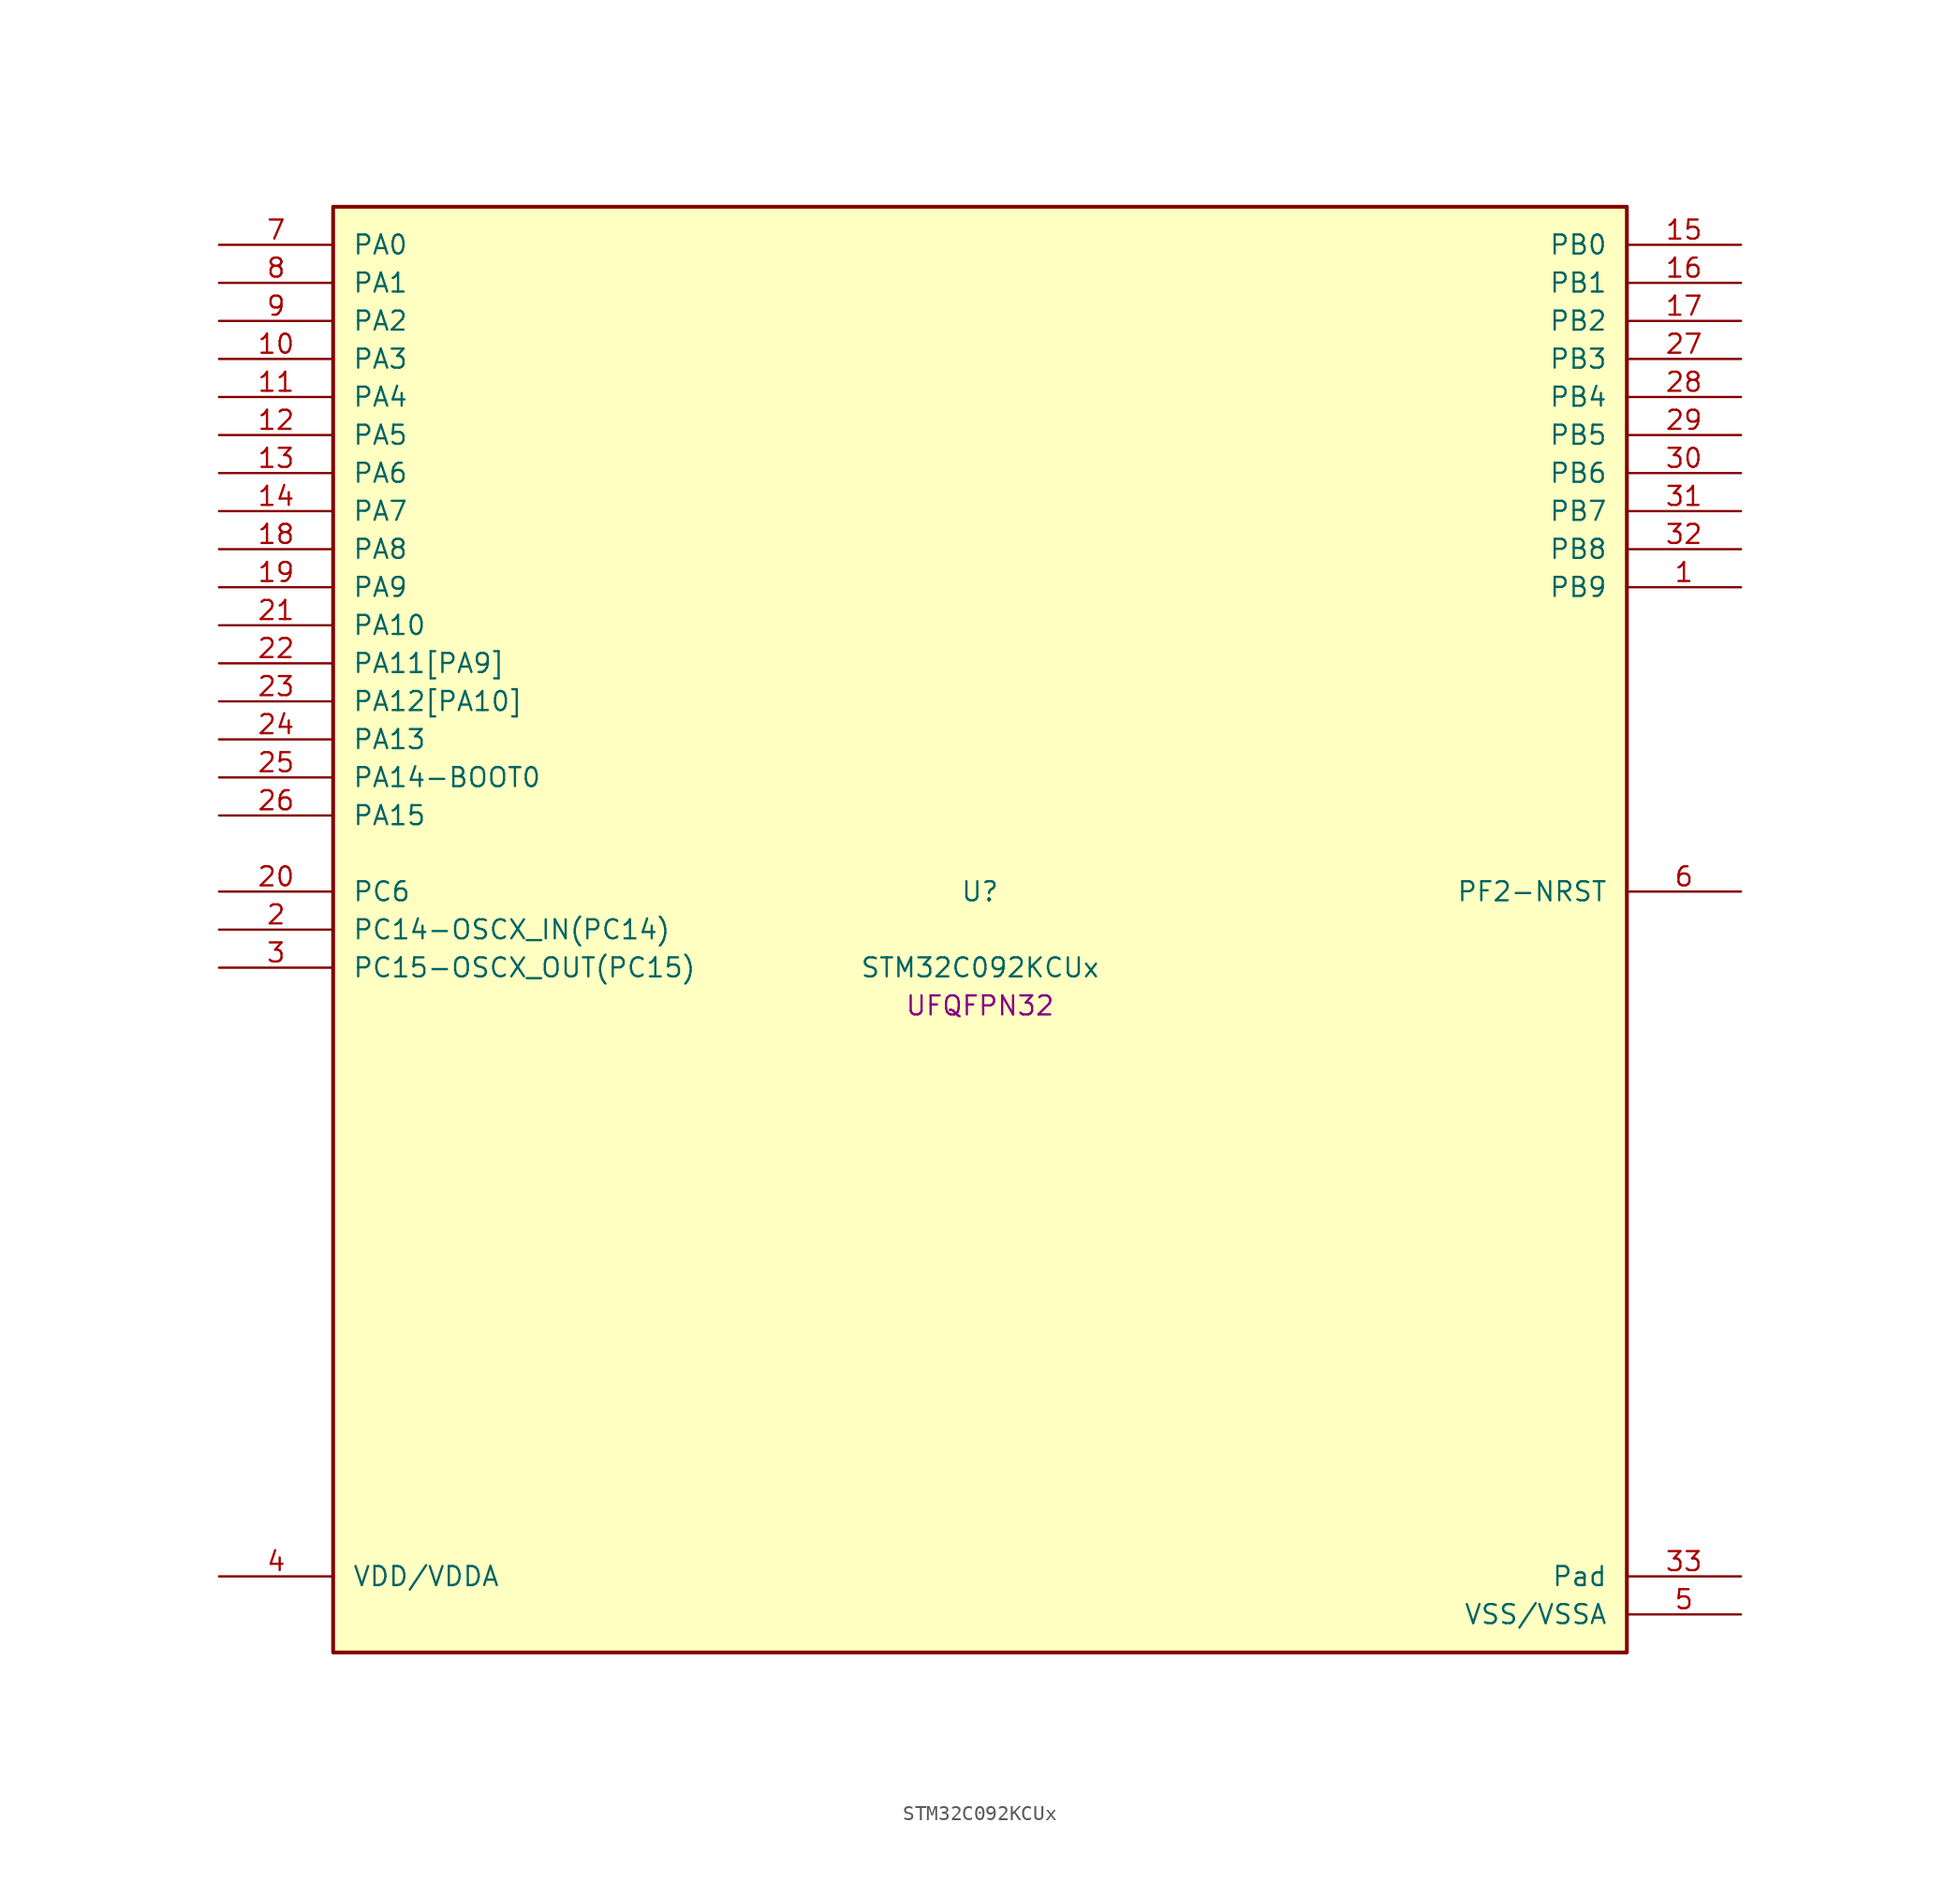
<source format=kicad_sym>
(kicad_symbol_lib
  (version 20241209)
  (generator "stm32_pkl_generator")
  (generator_version "1.0")
  (symbol "STM32C092KCUx"
    (pin_names
      (offset 1.27))
    (property "Reference" "U"
      (at 0 2.54 0))
    (property "Value" "STM32C092KCUx"
      (at 0 -2.54 0))
    (property "Footprint" "UFQFPN32"
      (at 0 -5.08 0))
    (symbol "STM32C092KCUx_1_1"
      (rectangle (start -43.18 48.26) (end 43.18 -48.26) (stroke (width 0.254) (type solid)) (fill (type background)))
      (pin bidirectional line (at -50.8 45.72 0) (length 7.62) (name "PA0") (number "7") (alternate "PA0/ADC1_IN0" bidirectional line) (alternate "PA0/PWR_WKUP1" bidirectional line) (alternate "PA0/SPI2_SCK" bidirectional line) (alternate "PA0/TIM16_CH1" bidirectional line) (alternate "PA0/TIM1_CH1" bidirectional line) (alternate "PA0/TIM2_CH1" bidirectional line) (alternate "PA0/TIM2_ETR" bidirectional line) (alternate "PA0/USART1_TX" bidirectional line) (alternate "PA0/USART2_CTS" bidirectional line) (alternate "PA0/USART2_NSS" bidirectional line) (alternate "PA0/USART4_TX" bidirectional line))
      (pin bidirectional line (at -50.8 43.18 0) (length 7.62) (name "PA1") (number "8") (alternate "PA1/ADC1_IN1" bidirectional line) (alternate "PA1/I2C1_SMBA" bidirectional line) (alternate "PA1/I2S1_CK" bidirectional line) (alternate "PA1/SPI1_SCK" bidirectional line) (alternate "PA1/TIM15_CH1N" bidirectional line) (alternate "PA1/TIM17_CH1" bidirectional line) (alternate "PA1/TIM1_CH2" bidirectional line) (alternate "PA1/TIM2_CH2" bidirectional line) (alternate "PA1/USART1_RX" bidirectional line) (alternate "PA1/USART2_CK" bidirectional line) (alternate "PA1/USART2_DE" bidirectional line) (alternate "PA1/USART2_RTS" bidirectional line) (alternate "PA1/USART4_RX" bidirectional line))
      (pin bidirectional line (at -50.8 40.64 0) (length 7.62) (name "PA2") (number "9") (alternate "PA2/ADC1_IN2" bidirectional line) (alternate "PA2/I2S1_SD" bidirectional line) (alternate "PA2/PWR_WKUP4" bidirectional line) (alternate "PA2/RCC_LSCO" bidirectional line) (alternate "PA2/SPI1_MOSI" bidirectional line) (alternate "PA2/TIM15_CH1" bidirectional line) (alternate "PA2/TIM16_CH1N" bidirectional line) (alternate "PA2/TIM1_CH3" bidirectional line) (alternate "PA2/TIM2_CH3" bidirectional line) (alternate "PA2/TIM3_ETR" bidirectional line) (alternate "PA2/USART2_TX" bidirectional line))
      (pin bidirectional line (at -50.8 38.1 0) (length 7.62) (name "PA3") (number "10") (alternate "PA3/ADC1_IN3" bidirectional line) (alternate "PA3/SPI2_MISO" bidirectional line) (alternate "PA3/TIM15_CH2" bidirectional line) (alternate "PA3/TIM1_CH1N" bidirectional line) (alternate "PA3/TIM1_CH4" bidirectional line) (alternate "PA3/TIM2_CH4" bidirectional line) (alternate "PA3/USART2_RX" bidirectional line))
      (pin bidirectional line (at -50.8 35.56 0) (length 7.62) (name "PA4") (number "11") (alternate "PA4/ADC1_IN4" bidirectional line) (alternate "PA4/I2S1_WS" bidirectional line) (alternate "PA4/PWR_WKUP2" bidirectional line) (alternate "PA4/RTC_OUT1" bidirectional line) (alternate "PA4/RTC_TS" bidirectional line) (alternate "PA4/SPI1_NSS" bidirectional line) (alternate "PA4/SPI2_MOSI" bidirectional line) (alternate "PA4/TIM14_CH1" bidirectional line) (alternate "PA4/TIM17_CH1N" bidirectional line) (alternate "PA4/TIM1_CH2N" bidirectional line) (alternate "PA4/USART2_TX" bidirectional line))
      (pin bidirectional line (at -50.8 33.02 0) (length 7.62) (name "PA5") (number "12") (alternate "PA5/ADC1_IN5" bidirectional line) (alternate "PA5/I2S1_CK" bidirectional line) (alternate "PA5/SPI1_SCK" bidirectional line) (alternate "PA5/TIM1_CH1" bidirectional line) (alternate "PA5/TIM1_CH3N" bidirectional line) (alternate "PA5/TIM2_CH1" bidirectional line) (alternate "PA5/TIM2_ETR" bidirectional line) (alternate "PA5/USART2_RX" bidirectional line) (alternate "PA5/USART3_TX" bidirectional line))
      (pin bidirectional line (at -50.8 30.48 0) (length 7.62) (name "PA6") (number "13") (alternate "PA6/ADC1_IN6" bidirectional line) (alternate "PA6/I2C2_SDA" bidirectional line) (alternate "PA6/I2S1_MCK" bidirectional line) (alternate "PA6/SPI1_MISO" bidirectional line) (alternate "PA6/TIM16_CH1" bidirectional line) (alternate "PA6/TIM1_BKIN" bidirectional line) (alternate "PA6/TIM3_CH1" bidirectional line) (alternate "PA6/USART3_CTS" bidirectional line) (alternate "PA6/USART3_NSS" bidirectional line))
      (pin bidirectional line (at -50.8 27.94 0) (length 7.62) (name "PA7") (number "14") (alternate "PA7/ADC1_IN7" bidirectional line) (alternate "PA7/I2C2_SCL" bidirectional line) (alternate "PA7/I2S1_SD" bidirectional line) (alternate "PA7/SPI1_MOSI" bidirectional line) (alternate "PA7/TIM14_CH1" bidirectional line) (alternate "PA7/TIM17_CH1" bidirectional line) (alternate "PA7/TIM1_CH1N" bidirectional line) (alternate "PA7/TIM3_CH2" bidirectional line))
      (pin bidirectional line (at -50.8 25.4 0) (length 7.62) (name "PA8") (number "18") (alternate "PA8/ADC1_IN8" bidirectional line) (alternate "PA8/I2S1_WS" bidirectional line) (alternate "PA8/RCC_MCO" bidirectional line) (alternate "PA8/RCC_MCO_2" bidirectional line) (alternate "PA8/SPI1_NSS" bidirectional line) (alternate "PA8/SPI2_MISO" bidirectional line) (alternate "PA8/SPI2_NSS" bidirectional line) (alternate "PA8/TIM14_CH1" bidirectional line) (alternate "PA8/TIM1_CH1" bidirectional line) (alternate "PA8/TIM1_CH2N" bidirectional line) (alternate "PA8/TIM1_CH3N" bidirectional line) (alternate "PA8/TIM3_CH3" bidirectional line) (alternate "PA8/TIM3_CH4" bidirectional line) (alternate "PA8/USART1_RX" bidirectional line) (alternate "PA8/USART2_TX" bidirectional line))
      (pin bidirectional line (at -50.8 22.86 0) (length 7.62) (name "PA9") (number "19") (alternate "PA9/I2C1_SCL" bidirectional line) (alternate "PA9/I2C2_SCL" bidirectional line) (alternate "PA9/RCC_MCO" bidirectional line) (alternate "PA9/SPI2_MISO" bidirectional line) (alternate "PA9/TIM15_BKIN" bidirectional line) (alternate "PA9/TIM1_CH2" bidirectional line) (alternate "PA9/TIM3_ETR" bidirectional line) (alternate "PA9/USART1_TX" bidirectional line) (alternate "PA9/NC" bidirectional line))
      (pin bidirectional line (at -50.8 20.32 0) (length 7.62) (name "PA10") (number "21") (alternate "PA10/I2C1_SDA" bidirectional line) (alternate "PA10/I2C2_SDA" bidirectional line) (alternate "PA10/RCC_MCO_2" bidirectional line) (alternate "PA10/SPI2_MOSI" bidirectional line) (alternate "PA10/TIM17_BKIN" bidirectional line) (alternate "PA10/TIM1_CH3" bidirectional line) (alternate "PA10/USART1_RX" bidirectional line) (alternate "PA10/NC" bidirectional line))
      (pin bidirectional line (at -50.8 17.78 0) (length 7.62) (name "PA11[PA9]") (number "22") (alternate "PA11[PA9]/ADC1_EXTI11" bidirectional line) (alternate "PA11[PA9]/FDCAN1_RX" bidirectional line) (alternate "PA11[PA9]/I2C2_SCL" bidirectional line) (alternate "PA11[PA9]/I2S1_MCK" bidirectional line) (alternate "PA11[PA9]/SPI1_MISO" bidirectional line) (alternate "PA11[PA9]/TIM1_BKIN2" bidirectional line) (alternate "PA11[PA9]/TIM1_CH4" bidirectional line) (alternate "PA11[PA9]/USART1_CTS" bidirectional line) (alternate "PA11[PA9]/USART1_NSS" bidirectional line) (alternate "PA11[PA9]/PA9[PA11]" bidirectional line) (alternate "PA11[PA9]/I2C1_SCL" bidirectional line) (alternate "PA11[PA9]/RCC_MCO" bidirectional line) (alternate "PA11[PA9]/SPI2_MISO" bidirectional line) (alternate "PA11[PA9]/TIM15_BKIN" bidirectional line) (alternate "PA11[PA9]/TIM1_CH2" bidirectional line) (alternate "PA11[PA9]/TIM3_ETR" bidirectional line) (alternate "PA11[PA9]/USART1_TX" bidirectional line))
      (pin bidirectional line (at -50.8 15.24 0) (length 7.62) (name "PA12[PA10]") (number "23") (alternate "PA12[PA10]/FDCAN1_TX" bidirectional line) (alternate "PA12[PA10]/I2C2_SDA" bidirectional line) (alternate "PA12[PA10]/I2S1_SD" bidirectional line) (alternate "PA12[PA10]/I2S_CKIN" bidirectional line) (alternate "PA12[PA10]/SPI1_MOSI" bidirectional line) (alternate "PA12[PA10]/TIM1_ETR" bidirectional line) (alternate "PA12[PA10]/USART1_CK" bidirectional line) (alternate "PA12[PA10]/USART1_DE" bidirectional line) (alternate "PA12[PA10]/USART1_RTS" bidirectional line) (alternate "PA12[PA10]/PA10[PA12]" bidirectional line) (alternate "PA12[PA10]/I2C1_SDA" bidirectional line) (alternate "PA12[PA10]/RCC_MCO_2" bidirectional line) (alternate "PA12[PA10]/SPI2_MOSI" bidirectional line) (alternate "PA12[PA10]/TIM17_BKIN" bidirectional line) (alternate "PA12[PA10]/TIM1_CH3" bidirectional line) (alternate "PA12[PA10]/USART1_RX" bidirectional line))
      (pin bidirectional line (at -50.8 12.7 0) (length 7.62) (name "PA13") (number "24") (alternate "PA13/ADC1_IN13" bidirectional line) (alternate "PA13/DEBUG_SWDIO" bidirectional line) (alternate "PA13/IR_OUT" bidirectional line) (alternate "PA13/TIM3_ETR" bidirectional line) (alternate "PA13/USART2_RX" bidirectional line))
      (pin bidirectional line (at -50.8 10.16 0) (length 7.62) (name "PA14-BOOT0") (number "25") (alternate "PA14-BOOT0/ADC1_IN14" bidirectional line) (alternate "PA14-BOOT0/BOOT0" bidirectional line) (alternate "PA14-BOOT0/DEBUG_SWCLK" bidirectional line) (alternate "PA14-BOOT0/I2S1_WS" bidirectional line) (alternate "PA14-BOOT0/RCC_MCO_2" bidirectional line) (alternate "PA14-BOOT0/SPI1_NSS" bidirectional line) (alternate "PA14-BOOT0/TIM1_CH1" bidirectional line) (alternate "PA14-BOOT0/USART1_CK" bidirectional line) (alternate "PA14-BOOT0/USART1_DE" bidirectional line) (alternate "PA14-BOOT0/USART1_RTS" bidirectional line) (alternate "PA14-BOOT0/USART2_RX" bidirectional line) (alternate "PA14-BOOT0/USART2_TX" bidirectional line))
      (pin bidirectional line (at -50.8 7.62 0) (length 7.62) (name "PA15") (number "26") (alternate "PA15/I2S1_WS" bidirectional line) (alternate "PA15/RCC_MCO_2" bidirectional line) (alternate "PA15/SPI1_NSS" bidirectional line) (alternate "PA15/TIM1_CH1" bidirectional line) (alternate "PA15/TIM2_CH1" bidirectional line) (alternate "PA15/TIM2_ETR" bidirectional line) (alternate "PA15/USART1_CK" bidirectional line) (alternate "PA15/USART1_DE" bidirectional line) (alternate "PA15/USART1_RTS" bidirectional line) (alternate "PA15/USART2_RX" bidirectional line) (alternate "PA15/USART3_CK" bidirectional line) (alternate "PA15/USART3_DE" bidirectional line) (alternate "PA15/USART3_RTS" bidirectional line) (alternate "PA15/USART4_CK" bidirectional line) (alternate "PA15/USART4_DE" bidirectional line) (alternate "PA15/USART4_RTS" bidirectional line))
      (pin bidirectional line (at 50.8 45.72 180) (length 7.62) (name "PB0") (number "15") (alternate "PB0/ADC1_IN17" bidirectional line) (alternate "PB0/FDCAN1_RX" bidirectional line) (alternate "PB0/I2S1_WS" bidirectional line) (alternate "PB0/SPI1_NSS" bidirectional line) (alternate "PB0/TIM1_CH2N" bidirectional line) (alternate "PB0/TIM3_CH3" bidirectional line) (alternate "PB0/USART3_RX" bidirectional line))
      (pin bidirectional line (at 50.8 43.18 180) (length 7.62) (name "PB1") (number "16") (alternate "PB1/ADC1_IN18" bidirectional line) (alternate "PB1/FDCAN1_TX" bidirectional line) (alternate "PB1/TIM14_CH1" bidirectional line) (alternate "PB1/TIM1_CH2N" bidirectional line) (alternate "PB1/TIM1_CH3N" bidirectional line) (alternate "PB1/TIM3_CH4" bidirectional line) (alternate "PB1/USART3_CK" bidirectional line) (alternate "PB1/USART3_DE" bidirectional line) (alternate "PB1/USART3_RTS" bidirectional line))
      (pin bidirectional line (at 50.8 40.64 180) (length 7.62) (name "PB2") (number "17") (alternate "PB2/ADC1_IN19" bidirectional line) (alternate "PB2/RCC_MCO_2" bidirectional line) (alternate "PB2/SPI2_MISO" bidirectional line) (alternate "PB2/USART1_RX" bidirectional line) (alternate "PB2/USART3_TX" bidirectional line))
      (pin bidirectional line (at 50.8 38.1 180) (length 7.62) (name "PB3") (number "27") (alternate "PB3/I2C2_SCL" bidirectional line) (alternate "PB3/I2S1_CK" bidirectional line) (alternate "PB3/SPI1_SCK" bidirectional line) (alternate "PB3/TIM1_CH2" bidirectional line) (alternate "PB3/TIM2_CH2" bidirectional line) (alternate "PB3/TIM3_CH2" bidirectional line) (alternate "PB3/USART1_CK" bidirectional line) (alternate "PB3/USART1_DE" bidirectional line) (alternate "PB3/USART1_RTS" bidirectional line))
      (pin bidirectional line (at 50.8 35.56 180) (length 7.62) (name "PB4") (number "28") (alternate "PB4/I2C2_SDA" bidirectional line) (alternate "PB4/I2S1_MCK" bidirectional line) (alternate "PB4/SPI1_MISO" bidirectional line) (alternate "PB4/TIM17_BKIN" bidirectional line) (alternate "PB4/TIM3_CH1" bidirectional line) (alternate "PB4/USART1_CTS" bidirectional line) (alternate "PB4/USART1_NSS" bidirectional line))
      (pin bidirectional line (at 50.8 33.02 180) (length 7.62) (name "PB5") (number "29") (alternate "PB5/FDCAN1_RX" bidirectional line) (alternate "PB5/I2C1_SMBA" bidirectional line) (alternate "PB5/I2S1_SD" bidirectional line) (alternate "PB5/PWR_WKUP6" bidirectional line) (alternate "PB5/SPI1_MOSI" bidirectional line) (alternate "PB5/TIM16_BKIN" bidirectional line) (alternate "PB5/TIM3_CH2" bidirectional line) (alternate "PB5/TIM3_CH3" bidirectional line))
      (pin bidirectional line (at 50.8 30.48 180) (length 7.62) (name "PB6") (number "30") (alternate "PB6/FDCAN1_TX" bidirectional line) (alternate "PB6/I2C1_SCL" bidirectional line) (alternate "PB6/I2C1_SMBA" bidirectional line) (alternate "PB6/I2S1_CK" bidirectional line) (alternate "PB6/I2S1_MCK" bidirectional line) (alternate "PB6/I2S1_SD" bidirectional line) (alternate "PB6/PWR_WKUP3" bidirectional line) (alternate "PB6/SPI1_MISO" bidirectional line) (alternate "PB6/SPI1_MOSI" bidirectional line) (alternate "PB6/SPI1_SCK" bidirectional line) (alternate "PB6/SPI2_MISO" bidirectional line) (alternate "PB6/TIM16_BKIN" bidirectional line) (alternate "PB6/TIM16_CH1N" bidirectional line) (alternate "PB6/TIM1_CH2" bidirectional line) (alternate "PB6/TIM1_CH3" bidirectional line) (alternate "PB6/TIM3_CH1" bidirectional line) (alternate "PB6/TIM3_CH2" bidirectional line) (alternate "PB6/TIM3_CH3" bidirectional line) (alternate "PB6/USART1_CTS" bidirectional line) (alternate "PB6/USART1_NSS" bidirectional line) (alternate "PB6/USART1_TX" bidirectional line))
      (pin bidirectional line (at 50.8 27.94 180) (length 7.62) (name "PB7") (number "31") (alternate "PB7/I2C1_SCL" bidirectional line) (alternate "PB7/I2C1_SDA" bidirectional line) (alternate "PB7/RTC_REFIN" bidirectional line) (alternate "PB7/SPI2_MOSI" bidirectional line) (alternate "PB7/TIM16_CH1" bidirectional line) (alternate "PB7/TIM17_CH1N" bidirectional line) (alternate "PB7/TIM1_CH4" bidirectional line) (alternate "PB7/TIM3_CH1" bidirectional line) (alternate "PB7/TIM3_CH4" bidirectional line) (alternate "PB7/USART1_RX" bidirectional line) (alternate "PB7/USART2_CTS" bidirectional line) (alternate "PB7/USART2_NSS" bidirectional line) (alternate "PB7/USART4_CTS" bidirectional line) (alternate "PB7/USART4_NSS" bidirectional line))
      (pin bidirectional line (at 50.8 25.4 180) (length 7.62) (name "PB8") (number "32") (alternate "PB8/FDCAN1_RX" bidirectional line) (alternate "PB8/I2C1_SCL" bidirectional line) (alternate "PB8/SPI2_SCK" bidirectional line) (alternate "PB8/TIM15_BKIN" bidirectional line) (alternate "PB8/TIM16_CH1" bidirectional line) (alternate "PB8/TIM3_CH1" bidirectional line) (alternate "PB8/USART2_CTS" bidirectional line) (alternate "PB8/USART2_NSS" bidirectional line) (alternate "PB8/USART3_TX" bidirectional line))
      (pin bidirectional line (at 50.8 22.86 180) (length 7.62) (name "PB9") (number "1") (alternate "PB9/FDCAN1_TX" bidirectional line) (alternate "PB9/I2C1_SDA" bidirectional line) (alternate "PB9/IR_OUT" bidirectional line) (alternate "PB9/SPI2_NSS" bidirectional line) (alternate "PB9/TIM17_CH1" bidirectional line) (alternate "PB9/TIM3_CH2" bidirectional line) (alternate "PB9/USART2_CK" bidirectional line) (alternate "PB9/USART2_DE" bidirectional line) (alternate "PB9/USART2_RTS" bidirectional line) (alternate "PB9/USART3_RX" bidirectional line))
      (pin bidirectional line (at -50.8 2.54 0) (length 7.62) (name "PC6") (number "20") (alternate "PC6/TIM2_CH3" bidirectional line) (alternate "PC6/TIM3_CH1" bidirectional line))
      (pin bidirectional line (at -50.8 0 0) (length 7.62) (name "PC14-OSCX_IN(PC14)") (number "2") (alternate "PC14-OSCX_IN(PC14)/FDCAN1_TX" bidirectional line) (alternate "PC14-OSCX_IN(PC14)/I2C1_SDA" bidirectional line) (alternate "PC14-OSCX_IN(PC14)/IR_OUT" bidirectional line) (alternate "PC14-OSCX_IN(PC14)/RCC_OSCX_IN" bidirectional line) (alternate "PC14-OSCX_IN(PC14)/SPI2_NSS" bidirectional line) (alternate "PC14-OSCX_IN(PC14)/TIM17_CH1" bidirectional line) (alternate "PC14-OSCX_IN(PC14)/TIM1_BKIN2" bidirectional line) (alternate "PC14-OSCX_IN(PC14)/TIM1_ETR" bidirectional line) (alternate "PC14-OSCX_IN(PC14)/TIM3_CH2" bidirectional line) (alternate "PC14-OSCX_IN(PC14)/USART1_TX" bidirectional line) (alternate "PC14-OSCX_IN(PC14)/USART2_CK" bidirectional line) (alternate "PC14-OSCX_IN(PC14)/USART2_DE" bidirectional line) (alternate "PC14-OSCX_IN(PC14)/USART2_RTS" bidirectional line) (alternate "PC14-OSCX_IN(PC14)/USART3_TX" bidirectional line))
      (pin bidirectional line (at -50.8 -2.54 0) (length 7.62) (name "PC15-OSCX_OUT(PC15)") (number "3") (alternate "PC15-OSCX_OUT(PC15)/RCC_OSC32_EN" bidirectional line) (alternate "PC15-OSCX_OUT(PC15)/RCC_OSCX_OUT" bidirectional line) (alternate "PC15-OSCX_OUT(PC15)/RCC_OSC_EN" bidirectional line) (alternate "PC15-OSCX_OUT(PC15)/TIM15_BKIN" bidirectional line) (alternate "PC15-OSCX_OUT(PC15)/TIM1_ETR" bidirectional line) (alternate "PC15-OSCX_OUT(PC15)/TIM3_CH3" bidirectional line))
      (pin bidirectional line (at 50.8 2.54 180) (length 7.62) (name "PF2-NRST") (number "6") (alternate "PF2-NRST/RCC_MCO" bidirectional line) (alternate "PF2-NRST/TIM1_CH4" bidirectional line))
      (pin power_in line (at -50.8 -43.18 0) (length 7.62) (name "VDD/VDDA") (number "4"))
      (pin passive line (at 50.8 -43.18 180) (length 7.62) (name "Pad") (number "33"))
      (pin power_in line (at 50.8 -45.72 180) (length 7.62) (name "VSS/VSSA") (number "5")))))
</source>
